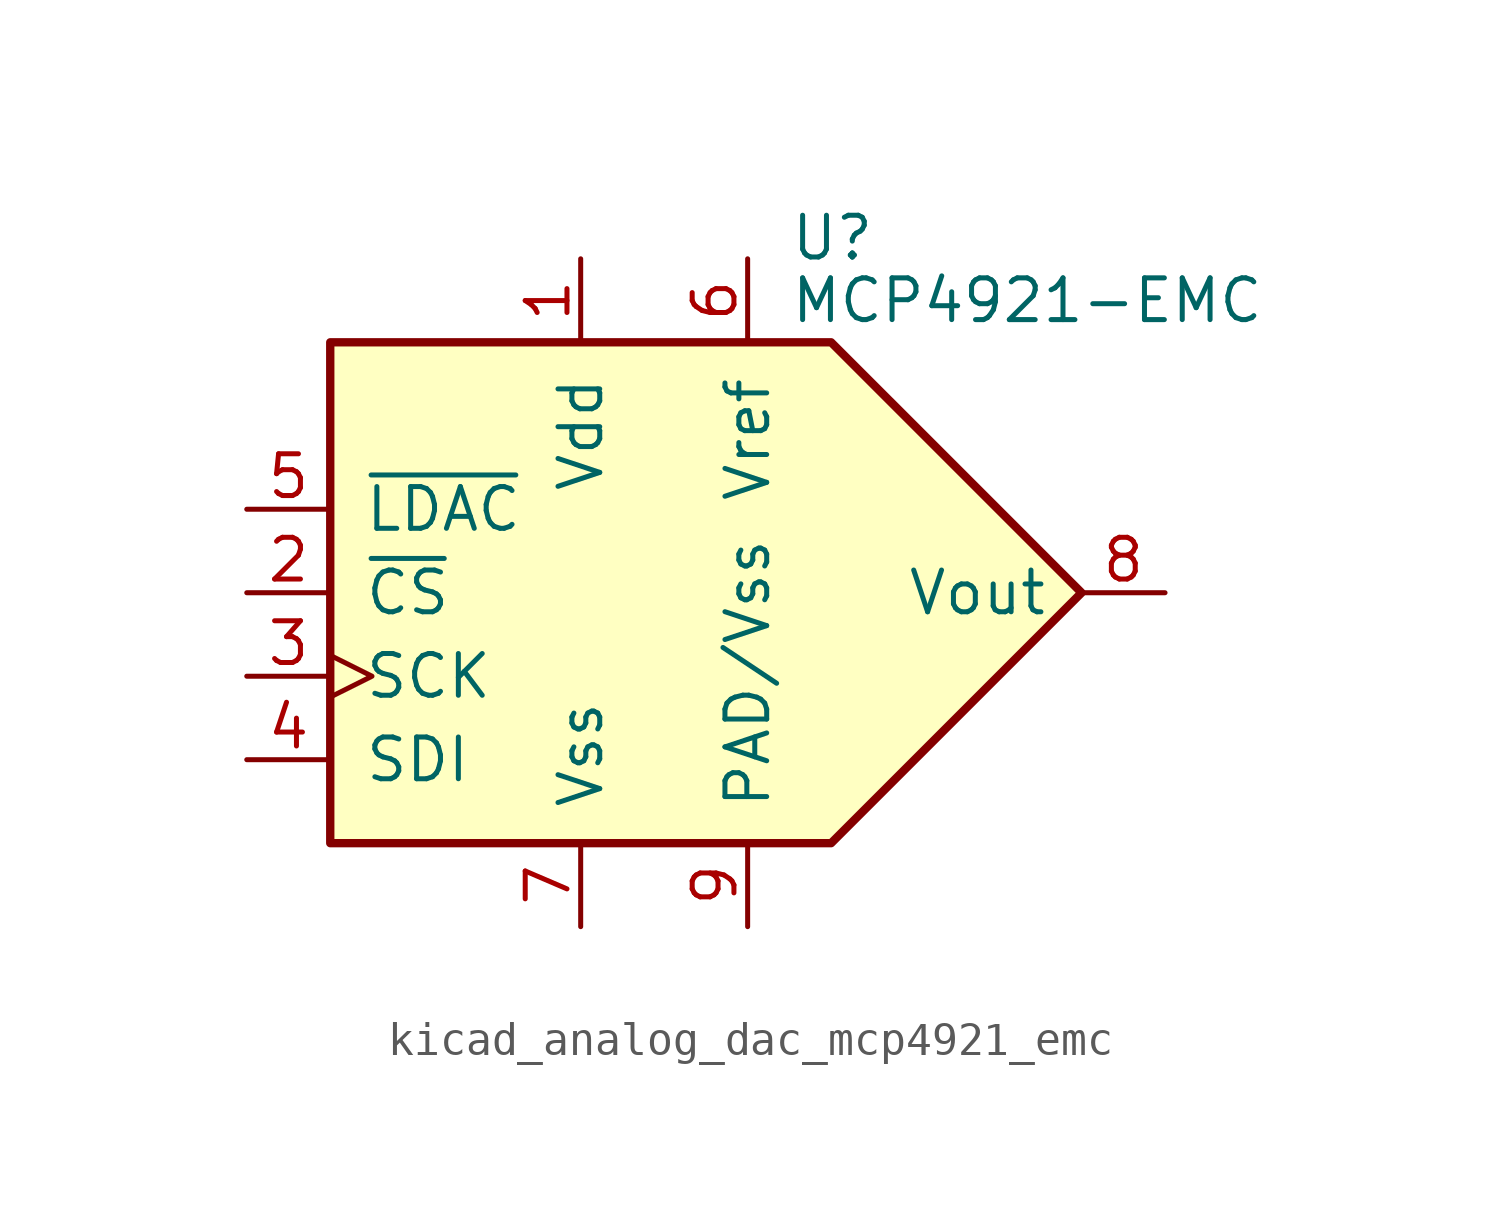
<source format=kicad_sym>
(kicad_symbol_lib
  (version 20220914)
  (generator kicad_symbol_editor)
  (symbol "kicad_analog_dac_mcp4921_emc"
    (pin_names
      (offset 1.016))
    (property "Reference" "U"
      (at 6.35 10.795 0)
      (effects (font (size 1.27 1.27)) (justify left)))
    (property "Value" "MCP4921-EMC"
      (at 6.35 8.89 0)
      (effects (font (size 1.27 1.27)) (justify left)))
    (symbol "kicad_analog_dac_mcp4921_emc_0_0"
      (polyline (pts (xy 15.24 0) (xy 7.62 7.62) (xy -7.62 7.62) (xy -7.62 -7.62) (xy 7.62 -7.62) (xy 15.24 0)) (stroke (width 0.254) (type default)) (fill (type background))))
    (symbol "kicad_analog_dac_mcp4921_emc_1_1"
      (pin power_in line (at 0 10.16 270) (length 2.54) (name "Vdd" (effects (font (size 1.27 1.27)))) (number "1" (effects (font (size 1.27 1.27)))))
      (pin input line (at -10.16 0 0) (length 2.54) (name "~{CS}" (effects (font (size 1.27 1.27)))) (number "2" (effects (font (size 1.27 1.27)))))
      (pin input clock (at -10.16 -2.54 0) (length 2.54) (name "SCK" (effects (font (size 1.27 1.27)))) (number "3" (effects (font (size 1.27 1.27)))))
      (pin input line (at -10.16 -5.08 0) (length 2.54) (name "SDI" (effects (font (size 1.27 1.27)))) (number "4" (effects (font (size 1.27 1.27)))))
      (pin input line (at -10.16 2.54 0) (length 2.54) (name "~{LDAC}" (effects (font (size 1.27 1.27)))) (number "5" (effects (font (size 1.27 1.27)))))
      (pin power_in line (at 5.08 10.16 270) (length 2.54) (name "Vref" (effects (font (size 1.27 1.27)))) (number "6" (effects (font (size 1.27 1.27)))))
      (pin power_in line (at 0 -10.16 90) (length 2.54) (name "Vss" (effects (font (size 1.27 1.27)))) (number "7" (effects (font (size 1.27 1.27)))))
      (pin output line (at 17.78 0 180) (length 2.54) (name "Vout" (effects (font (size 1.27 1.27)))) (number "8" (effects (font (size 1.27 1.27)))))
      (pin power_in line (at 5.08 -10.16 90) (length 2.54) (name "PAD/Vss" (effects (font (size 1.27 1.27)))) (number "9" (effects (font (size 1.27 1.27))))))))
</source>
